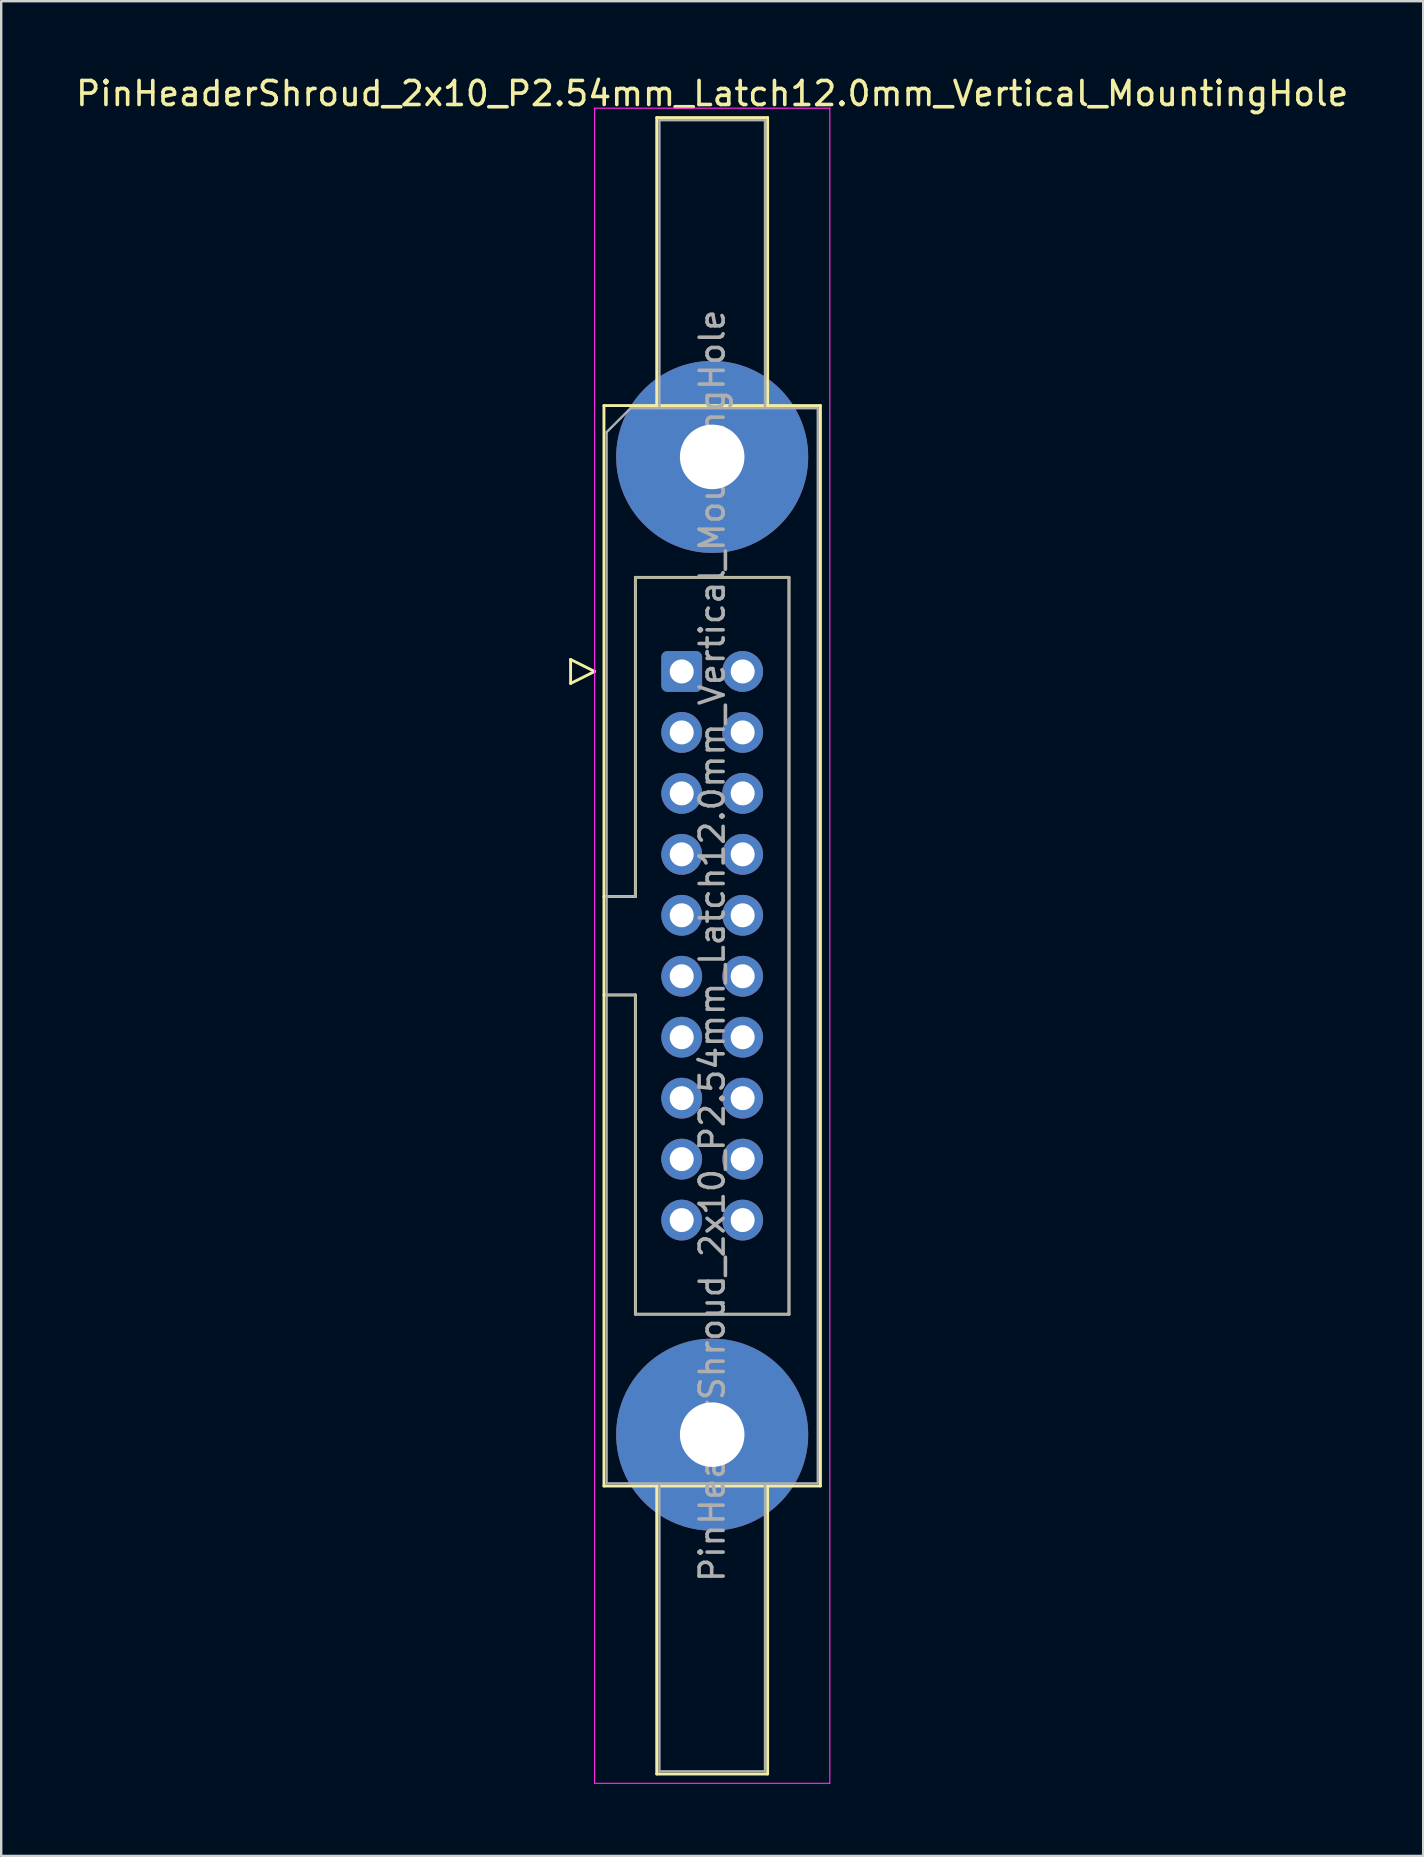
<source format=kicad_pcb>
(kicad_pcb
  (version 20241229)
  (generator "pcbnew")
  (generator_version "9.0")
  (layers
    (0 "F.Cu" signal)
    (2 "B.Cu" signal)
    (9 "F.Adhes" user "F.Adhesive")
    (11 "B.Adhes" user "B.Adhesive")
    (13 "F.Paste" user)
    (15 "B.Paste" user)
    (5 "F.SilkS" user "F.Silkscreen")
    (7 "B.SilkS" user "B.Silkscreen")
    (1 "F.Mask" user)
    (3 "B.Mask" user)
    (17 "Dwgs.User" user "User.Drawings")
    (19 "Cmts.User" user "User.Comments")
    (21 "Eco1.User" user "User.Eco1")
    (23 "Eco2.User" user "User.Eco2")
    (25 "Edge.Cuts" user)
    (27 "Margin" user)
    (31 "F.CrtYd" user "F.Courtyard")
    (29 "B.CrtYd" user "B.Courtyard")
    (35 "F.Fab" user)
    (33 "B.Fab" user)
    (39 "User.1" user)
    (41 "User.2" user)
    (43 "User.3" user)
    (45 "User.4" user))
  (footprint "PinHeaderShroud_2x10_P2.54mm_Latch12.0mm_Vertical_MountingHole"
    (layer "F.Cu")
    (at 25.355 24.928)
    (property "Reference" "PinHeaderShroud_2x10_P2.54mm_Latch12.0mm_Vertical_MountingHole" (at 1.27 -24.08 0) (layer "F.SilkS") (effects (font (size 1 1) (thickness 0.15))))
    (attr through_hole)
    (fp_line (start -4.63 -0.5) (end -4.63 0.5) (stroke (width 0.12) (type solid)) (layer "F.SilkS"))
    (fp_line (start -4.63 0.5) (end -3.63 0) (stroke (width 0.12) (type solid)) (layer "F.SilkS"))
    (fp_line (start -3.63 0) (end -4.63 -0.5) (stroke (width 0.12) (type solid)) (layer "F.SilkS"))
    (fp_line (start -3.24 -11.08) (end 5.78 -11.08) (stroke (width 0.12) (type solid)) (layer "F.SilkS"))
    (fp_line (start -3.24 9.38) (end -1.93 9.38) (stroke (width 0.12) (type solid)) (layer "F.SilkS"))
    (fp_line (start -3.24 13.48) (end -1.93 13.48) (stroke (width 0.12) (type solid)) (layer "F.SilkS"))
    (fp_line (start -3.24 33.94) (end -3.24 -11.08) (stroke (width 0.12) (type solid)) (layer "F.SilkS"))
    (fp_line (start -1.93 -3.92) (end 4.47 -3.92) (stroke (width 0.12) (type solid)) (layer "F.SilkS"))
    (fp_line (start -1.93 9.38) (end -1.93 -3.92) (stroke (width 0.12) (type solid)) (layer "F.SilkS"))
    (fp_line (start -1.93 26.78) (end -1.93 13.48) (stroke (width 0.12) (type solid)) (layer "F.SilkS"))
    (fp_line (start -1.04 -23.08) (end 3.58 -23.08) (stroke (width 0.12) (type solid)) (layer "F.SilkS"))
    (fp_line (start -1.04 -11.08) (end -1.04 -23.08) (stroke (width 0.12) (type solid)) (layer "F.SilkS"))
    (fp_line (start -1.04 33.94) (end -1.04 45.94) (stroke (width 0.12) (type solid)) (layer "F.SilkS"))
    (fp_line (start -1.04 45.94) (end 3.58 45.94) (stroke (width 0.12) (type solid)) (layer "F.SilkS"))
    (fp_line (start 3.58 -23.08) (end 3.58 -11.08) (stroke (width 0.12) (type solid)) (layer "F.SilkS"))
    (fp_line (start 3.58 45.94) (end 3.58 33.94) (stroke (width 0.12) (type solid)) (layer "F.SilkS"))
    (fp_line (start 4.47 -3.92) (end 4.47 26.78) (stroke (width 0.12) (type solid)) (layer "F.SilkS"))
    (fp_line (start 4.47 26.78) (end -1.93 26.78) (stroke (width 0.12) (type solid)) (layer "F.SilkS"))
    (fp_line (start 5.78 -11.08) (end 5.78 33.94) (stroke (width 0.12) (type solid)) (layer "F.SilkS"))
    (fp_line (start 5.78 33.94) (end -3.24 33.94) (stroke (width 0.12) (type solid)) (layer "F.SilkS"))
    (fp_line (start -3.63 -23.47) (end -3.63 46.33) (stroke (width 0.05) (type solid)) (layer "F.CrtYd"))
    (fp_line (start -3.63 46.33) (end 6.17 46.33) (stroke (width 0.05) (type solid)) (layer "F.CrtYd"))
    (fp_line (start 6.17 -23.47) (end -3.63 -23.47) (stroke (width 0.05) (type solid)) (layer "F.CrtYd"))
    (fp_line (start 6.17 46.33) (end 6.17 -23.47) (stroke (width 0.05) (type solid)) (layer "F.CrtYd"))
    (fp_line (start -3.13 -9.97) (end -2.13 -10.97) (stroke (width 0.1) (type solid)) (layer "F.Fab"))
    (fp_line (start -3.13 9.38) (end -1.93 9.38) (stroke (width 0.1) (type solid)) (layer "F.Fab"))
    (fp_line (start -3.13 13.48) (end -1.93 13.48) (stroke (width 0.1) (type solid)) (layer "F.Fab"))
    (fp_line (start -3.13 33.83) (end -3.13 -9.97) (stroke (width 0.1) (type solid)) (layer "F.Fab"))
    (fp_line (start -2.13 -10.97) (end 5.67 -10.97) (stroke (width 0.1) (type solid)) (layer "F.Fab"))
    (fp_line (start -1.93 -3.92) (end 4.47 -3.92) (stroke (width 0.1) (type solid)) (layer "F.Fab"))
    (fp_line (start -1.93 9.38) (end -1.93 -3.92) (stroke (width 0.1) (type solid)) (layer "F.Fab"))
    (fp_line (start -1.93 26.78) (end -1.93 13.48) (stroke (width 0.1) (type solid)) (layer "F.Fab"))
    (fp_line (start -0.93 -22.97) (end 3.47 -22.97) (stroke (width 0.1) (type solid)) (layer "F.Fab"))
    (fp_line (start -0.93 -10.97) (end -0.93 -22.97) (stroke (width 0.1) (type solid)) (layer "F.Fab"))
    (fp_line (start -0.93 33.83) (end -0.93 45.83) (stroke (width 0.1) (type solid)) (layer "F.Fab"))
    (fp_line (start -0.93 45.83) (end 3.47 45.83) (stroke (width 0.1) (type solid)) (layer "F.Fab"))
    (fp_line (start 3.47 -22.97) (end 3.47 -10.97) (stroke (width 0.1) (type solid)) (layer "F.Fab"))
    (fp_line (start 3.47 45.83) (end 3.47 33.83) (stroke (width 0.1) (type solid)) (layer "F.Fab"))
    (fp_line (start 4.47 -3.92) (end 4.47 26.78) (stroke (width 0.1) (type solid)) (layer "F.Fab"))
    (fp_line (start 4.47 26.78) (end -1.93 26.78) (stroke (width 0.1) (type solid)) (layer "F.Fab"))
    (fp_line (start 5.67 -10.97) (end 5.67 33.83) (stroke (width 0.1) (type solid)) (layer "F.Fab"))
    (fp_line (start 5.67 33.83) (end -3.13 33.83) (stroke (width 0.1) (type solid)) (layer "F.Fab"))
    (fp_text user "${REFERENCE}" (at 1.27 11.43 90) (layer "F.Fab") (effects (font (size 1 1) (thickness 0.15))))
    (pad "" thru_hole circle (at 1.27 -8.94) (size 8 8) (drill 2.69) (layers "*.Cu" "*.Mask"))
    (pad "" thru_hole circle (at 1.27 31.8) (size 8 8) (drill 2.69) (layers "*.Cu" "*.Mask"))
    (pad "1" thru_hole roundrect (at 0 0) (size 1.7 1.7) (drill 1) (layers "*.Cu" "*.Mask") (roundrect_rratio 0.147))
    (pad "2" thru_hole circle (at 2.54 0) (size 1.7 1.7) (drill 1) (layers "*.Cu" "*.Mask"))
    (pad "3" thru_hole circle (at 0 2.54) (size 1.7 1.7) (drill 1) (layers "*.Cu" "*.Mask"))
    (pad "4" thru_hole circle (at 2.54 2.54) (size 1.7 1.7) (drill 1) (layers "*.Cu" "*.Mask"))
    (pad "5" thru_hole circle (at 0 5.08) (size 1.7 1.7) (drill 1) (layers "*.Cu" "*.Mask"))
    (pad "6" thru_hole circle (at 2.54 5.08) (size 1.7 1.7) (drill 1) (layers "*.Cu" "*.Mask"))
    (pad "7" thru_hole circle (at 0 7.62) (size 1.7 1.7) (drill 1) (layers "*.Cu" "*.Mask"))
    (pad "8" thru_hole circle (at 2.54 7.62) (size 1.7 1.7) (drill 1) (layers "*.Cu" "*.Mask"))
    (pad "9" thru_hole circle (at 0 10.16) (size 1.7 1.7) (drill 1) (layers "*.Cu" "*.Mask"))
    (pad "10" thru_hole circle (at 2.54 10.16) (size 1.7 1.7) (drill 1) (layers "*.Cu" "*.Mask"))
    (pad "11" thru_hole circle (at 0 12.7) (size 1.7 1.7) (drill 1) (layers "*.Cu" "*.Mask"))
    (pad "12" thru_hole circle (at 2.54 12.7) (size 1.7 1.7) (drill 1) (layers "*.Cu" "*.Mask"))
    (pad "13" thru_hole circle (at 0 15.24) (size 1.7 1.7) (drill 1) (layers "*.Cu" "*.Mask"))
    (pad "14" thru_hole circle (at 2.54 15.24) (size 1.7 1.7) (drill 1) (layers "*.Cu" "*.Mask"))
    (pad "15" thru_hole circle (at 0 17.78) (size 1.7 1.7) (drill 1) (layers "*.Cu" "*.Mask"))
    (pad "16" thru_hole circle (at 2.54 17.78) (size 1.7 1.7) (drill 1) (layers "*.Cu" "*.Mask"))
    (pad "17" thru_hole circle (at 0 20.32) (size 1.7 1.7) (drill 1) (layers "*.Cu" "*.Mask"))
    (pad "18" thru_hole circle (at 2.54 20.32) (size 1.7 1.7) (drill 1) (layers "*.Cu" "*.Mask"))
    (pad "19" thru_hole circle (at 0 22.86) (size 1.7 1.7) (drill 1) (layers "*.Cu" "*.Mask"))
    (pad "20" thru_hole circle (at 2.54 22.86) (size 1.7 1.7) (drill 1) (layers "*.Cu" "*.Mask")))
  (gr_rect
    (start -3 -3)
    (end 56.25 74.283)
    (stroke (width 0.1) (type default))
    (fill no)
    (layer "Edge.Cuts")))
</source>
